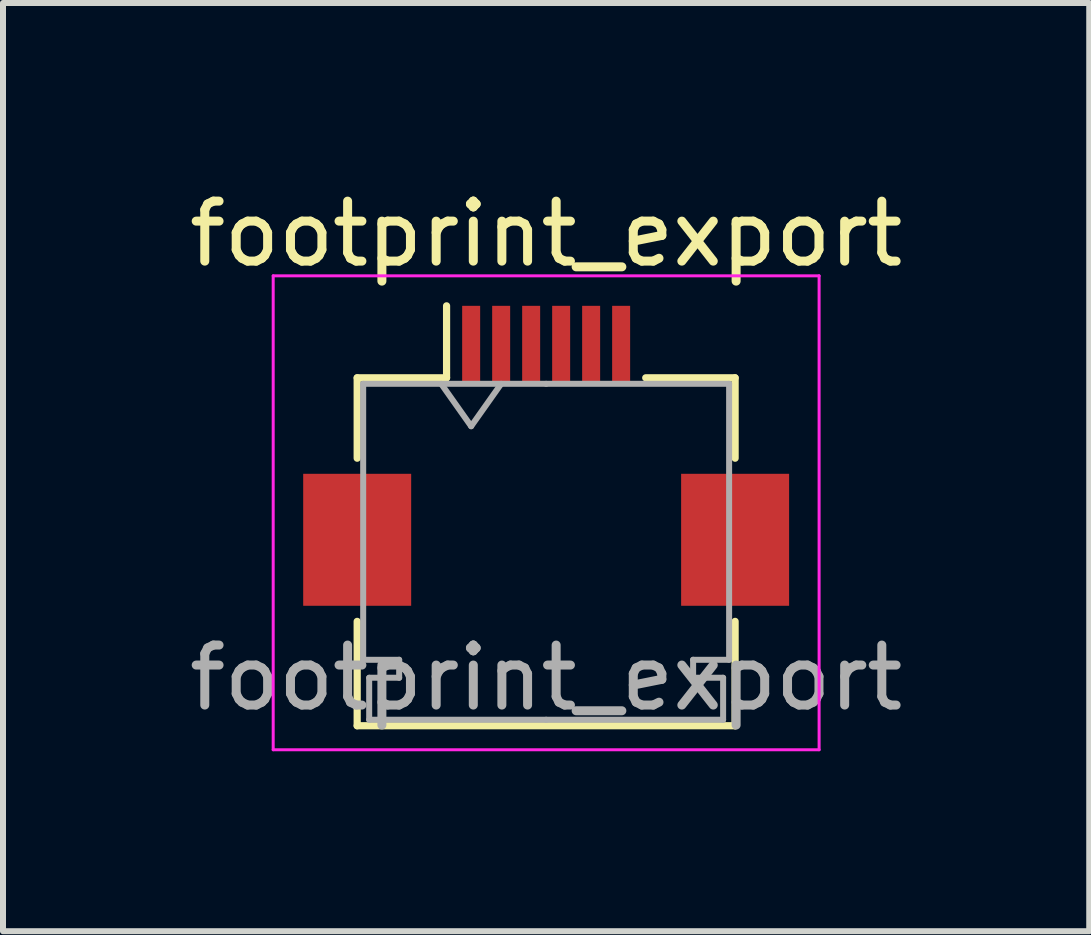
<source format=kicad_pcb>
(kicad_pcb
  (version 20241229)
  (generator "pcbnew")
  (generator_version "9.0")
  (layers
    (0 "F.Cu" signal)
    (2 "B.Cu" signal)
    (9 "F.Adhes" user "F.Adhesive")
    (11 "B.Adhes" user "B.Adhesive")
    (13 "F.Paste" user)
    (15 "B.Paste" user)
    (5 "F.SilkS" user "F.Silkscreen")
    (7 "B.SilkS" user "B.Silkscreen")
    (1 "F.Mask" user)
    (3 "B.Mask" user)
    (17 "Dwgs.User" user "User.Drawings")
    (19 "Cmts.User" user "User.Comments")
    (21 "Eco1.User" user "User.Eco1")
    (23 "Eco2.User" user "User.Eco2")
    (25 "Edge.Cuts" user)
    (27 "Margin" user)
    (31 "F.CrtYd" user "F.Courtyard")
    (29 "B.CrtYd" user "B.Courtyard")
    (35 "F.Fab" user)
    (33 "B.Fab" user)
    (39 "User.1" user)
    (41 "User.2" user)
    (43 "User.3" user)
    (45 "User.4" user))
  (footprint "footprint_export"
    (layer "F.Cu")
    (at 6.054 4.548)
    (property "Reference" "footprint_export" (at 0 -3.7 0) (layer "F.SilkS") (effects (font (size 1 1) (thickness 0.15))))
    (attr smd)
    (fp_line (start -3.15 -1.3) (end -3.15 0.04) (stroke (width 0.12) (type solid)) (layer "F.SilkS"))
    (fp_line (start -3.15 2.76) (end -3.15 4.5) (stroke (width 0.12) (type solid)) (layer "F.SilkS"))
    (fp_line (start -3.15 4.5) (end 3.15 4.5) (stroke (width 0.12) (type solid)) (layer "F.SilkS"))
    (fp_line (start -1.66 -1.3) (end -3.15 -1.3) (stroke (width 0.12) (type solid)) (layer "F.SilkS"))
    (fp_line (start -1.66 -1.3) (end -1.66 -2.5) (stroke (width 0.12) (type solid)) (layer "F.SilkS"))
    (fp_line (start 1.66 -1.3) (end 3.15 -1.3) (stroke (width 0.12) (type solid)) (layer "F.SilkS"))
    (fp_line (start 3.15 -1.3) (end 3.15 0.04) (stroke (width 0.12) (type solid)) (layer "F.SilkS"))
    (fp_line (start 3.15 4.5) (end 3.15 2.76) (stroke (width 0.12) (type solid)) (layer "F.SilkS"))
    (fp_line (start -4.55 -3) (end -4.55 4.9) (stroke (width 0.05) (type solid)) (layer "F.CrtYd"))
    (fp_line (start -4.55 4.9) (end 4.55 4.9) (stroke (width 0.05) (type solid)) (layer "F.CrtYd"))
    (fp_line (start 4.55 -3) (end -4.55 -3) (stroke (width 0.05) (type solid)) (layer "F.CrtYd"))
    (fp_line (start 4.55 4.9) (end 4.55 -3) (stroke (width 0.05) (type solid)) (layer "F.CrtYd"))
    (fp_line (start -3.05 -1.2) (end -3.05 3.4) (stroke (width 0.1) (type solid)) (layer "F.Fab"))
    (fp_line (start -3.05 3.4) (end -2.45 3.4) (stroke (width 0.1) (type solid)) (layer "F.Fab"))
    (fp_line (start -2.95 3.7) (end -2.95 4.4) (stroke (width 0.1) (type solid)) (layer "F.Fab"))
    (fp_line (start -2.95 4.4) (end 0 4.4) (stroke (width 0.1) (type solid)) (layer "F.Fab"))
    (fp_line (start -2.45 3.4) (end -2.45 3.7) (stroke (width 0.1) (type solid)) (layer "F.Fab"))
    (fp_line (start -2.45 3.7) (end -2.95 3.7) (stroke (width 0.1) (type solid)) (layer "F.Fab"))
    (fp_line (start -1.75 -1.2) (end -1.25 -0.493) (stroke (width 0.1) (type solid)) (layer "F.Fab"))
    (fp_line (start -1.25 -0.493) (end -0.75 -1.2) (stroke (width 0.1) (type solid)) (layer "F.Fab"))
    (fp_line (start 0 -1.2) (end -3.05 -1.2) (stroke (width 0.1) (type solid)) (layer "F.Fab"))
    (fp_line (start 0 -1.2) (end 3.05 -1.2) (stroke (width 0.1) (type solid)) (layer "F.Fab"))
    (fp_line (start 2.45 3.4) (end 2.45 3.7) (stroke (width 0.1) (type solid)) (layer "F.Fab"))
    (fp_line (start 2.45 3.7) (end 2.95 3.7) (stroke (width 0.1) (type solid)) (layer "F.Fab"))
    (fp_line (start 2.95 3.7) (end 2.95 4.4) (stroke (width 0.1) (type solid)) (layer "F.Fab"))
    (fp_line (start 2.95 4.4) (end 0 4.4) (stroke (width 0.1) (type solid)) (layer "F.Fab"))
    (fp_line (start 3.05 -1.2) (end 3.05 3.4) (stroke (width 0.1) (type solid)) (layer "F.Fab"))
    (fp_line (start 3.05 3.4) (end 2.45 3.4) (stroke (width 0.1) (type solid)) (layer "F.Fab"))
    (fp_text user "${REFERENCE}" (at 0 3.7 0) (layer "F.Fab") (effects (font (size 1 1) (thickness 0.15))))
    (pad "1" smd rect (at -1.25 -1.85) (size 0.3 1.3) (layers "F.Cu" "F.Mask" "F.Paste"))
    (pad "2" smd rect (at -0.75 -1.85) (size 0.3 1.3) (layers "F.Cu" "F.Mask" "F.Paste"))
    (pad "3" smd rect (at -0.25 -1.85) (size 0.3 1.3) (layers "F.Cu" "F.Mask" "F.Paste"))
    (pad "4" smd rect (at 0.25 -1.85) (size 0.3 1.3) (layers "F.Cu" "F.Mask" "F.Paste"))
    (pad "5" smd rect (at 0.75 -1.85) (size 0.3 1.3) (layers "F.Cu" "F.Mask" "F.Paste"))
    (pad "6" smd rect (at 1.25 -1.85) (size 0.3 1.3) (layers "F.Cu" "F.Mask" "F.Paste"))
    (pad "MP" smd rect (at -3.15 1.4) (size 1.8 2.2) (layers "F.Cu" "F.Mask" "F.Paste"))
    (pad "MP" smd rect (at 3.15 1.4) (size 1.8 2.2) (layers "F.Cu" "F.Mask" "F.Paste")))
  (gr_rect
    (start -3 -3)
    (end 15.107 12.473)
    (stroke (width 0.1) (type default))
    (fill no)
    (layer "Edge.Cuts")))
</source>
